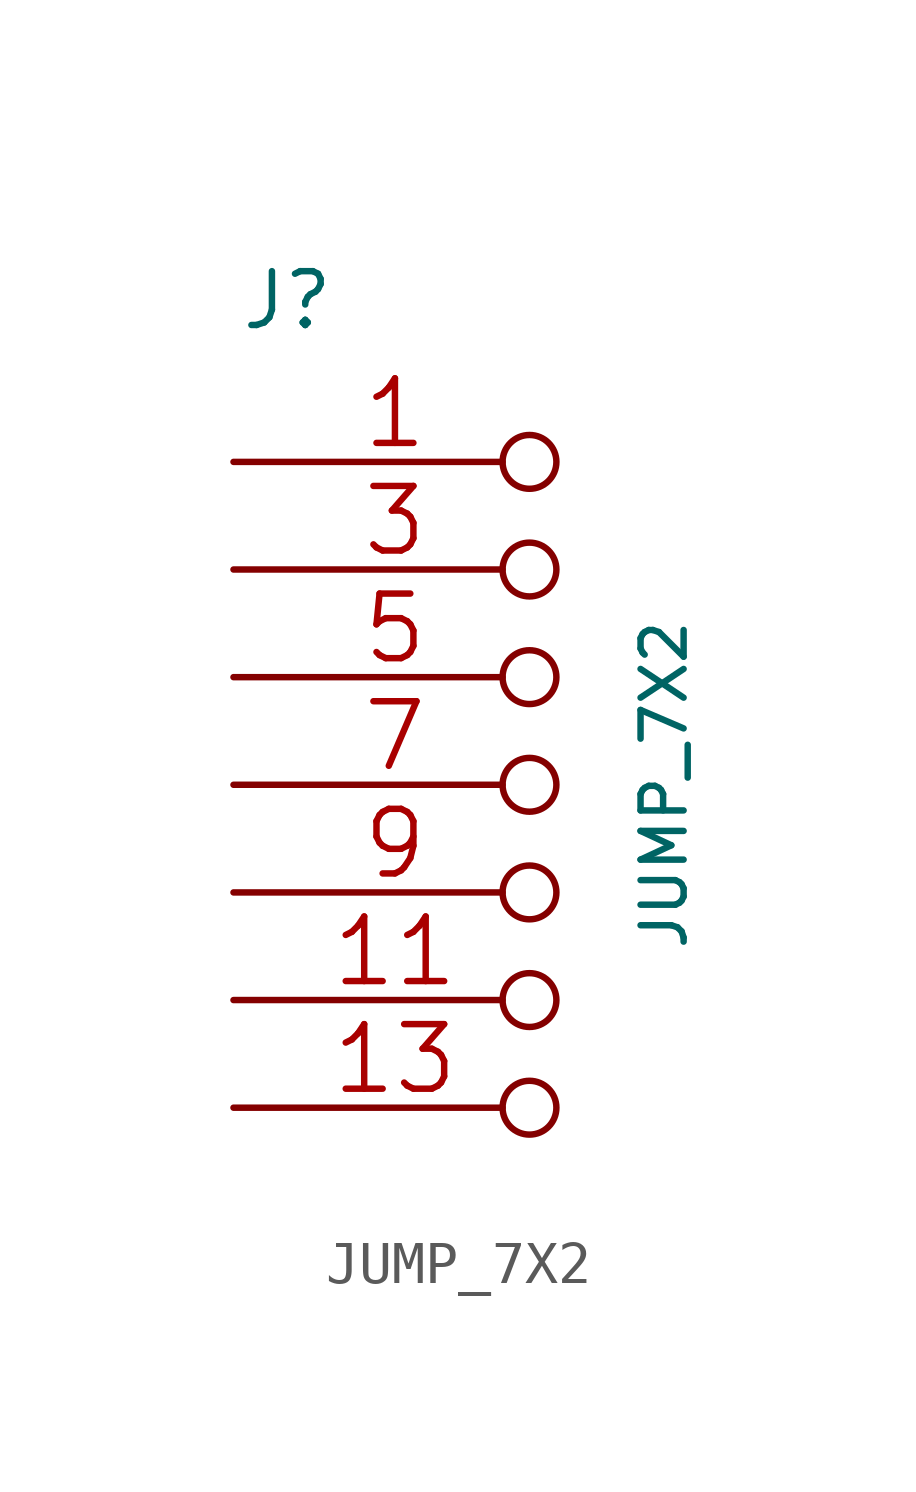
<source format=kicad_sym>
(kicad_symbol_lib
  (version 20211014)
  (generator kicad_symbol_editor)
  (symbol "JUMP_7X2"
    (pin_names
      (offset 1.016) hide)
    (property "Reference" "J"
      (at -8.89 7.62 0)
      (effects (font (size 1.27 1.27))))
    (property "Value" "JUMP_7X2"
      (at 0 -3.81 90)
      (effects (font (size 1.016 1.016))))
    (property "Footprint" ""
      (at 0 -5.08 0)
      (effects (font (size 1.524 1.524))))
    (property "Datasheet" ""
      (at 0 -5.08 0)
      (effects (font (size 1.524 1.524))))
    (symbol "JUMP_7X2_1_1"
      (pin passive inverted (at -10.16 3.81 0) (length 7.62) (name "2" (effects (font (size 1.524 1.524)))) (number "1" (effects (font (size 1.524 1.524)))))
      (pin passive inverted (at -10.16 -6.35 0) (length 7.62) hide (name "10" (effects (font (size 1.524 1.524)))) (number "10" (effects (font (size 1.524 1.524)))))
      (pin passive inverted (at -10.16 -8.89 0) (length 7.62) (name "12" (effects (font (size 1.524 1.524)))) (number "11" (effects (font (size 1.524 1.524)))))
      (pin passive inverted (at -10.16 -8.89 0) (length 7.62) hide (name "12" (effects (font (size 1.524 1.524)))) (number "12" (effects (font (size 1.524 1.524)))))
      (pin passive inverted (at -10.16 -11.43 0) (length 7.62) (name "14" (effects (font (size 1.524 1.524)))) (number "13" (effects (font (size 1.524 1.524)))))
      (pin passive inverted (at -10.16 -11.43 0) (length 7.62) hide (name "14" (effects (font (size 1.524 1.524)))) (number "14" (effects (font (size 1.524 1.524)))))
      (pin passive inverted (at -10.16 3.81 0) (length 7.62) hide (name "2" (effects (font (size 1.524 1.524)))) (number "2" (effects (font (size 1.524 1.524)))))
      (pin passive inverted (at -10.16 1.27 0) (length 7.62) (name "4" (effects (font (size 1.524 1.524)))) (number "3" (effects (font (size 1.524 1.524)))))
      (pin passive inverted (at -10.16 1.27 0) (length 7.62) hide (name "4" (effects (font (size 1.524 1.524)))) (number "4" (effects (font (size 1.524 1.524)))))
      (pin passive inverted (at -10.16 -1.27 0) (length 7.62) (name "6" (effects (font (size 1.524 1.524)))) (number "5" (effects (font (size 1.524 1.524)))))
      (pin passive inverted (at -10.16 -1.27 0) (length 7.62) hide (name "6" (effects (font (size 1.524 1.524)))) (number "6" (effects (font (size 1.524 1.524)))))
      (pin passive inverted (at -10.16 -3.81 0) (length 7.62) (name "8" (effects (font (size 1.524 1.524)))) (number "7" (effects (font (size 1.524 1.524)))))
      (pin passive inverted (at -10.16 -3.81 0) (length 7.62) hide (name "8" (effects (font (size 1.524 1.524)))) (number "8" (effects (font (size 1.524 1.524)))))
      (pin passive inverted (at -10.16 -6.35 0) (length 7.62) (name "10" (effects (font (size 1.524 1.524)))) (number "9" (effects (font (size 1.524 1.524))))))))
</source>
